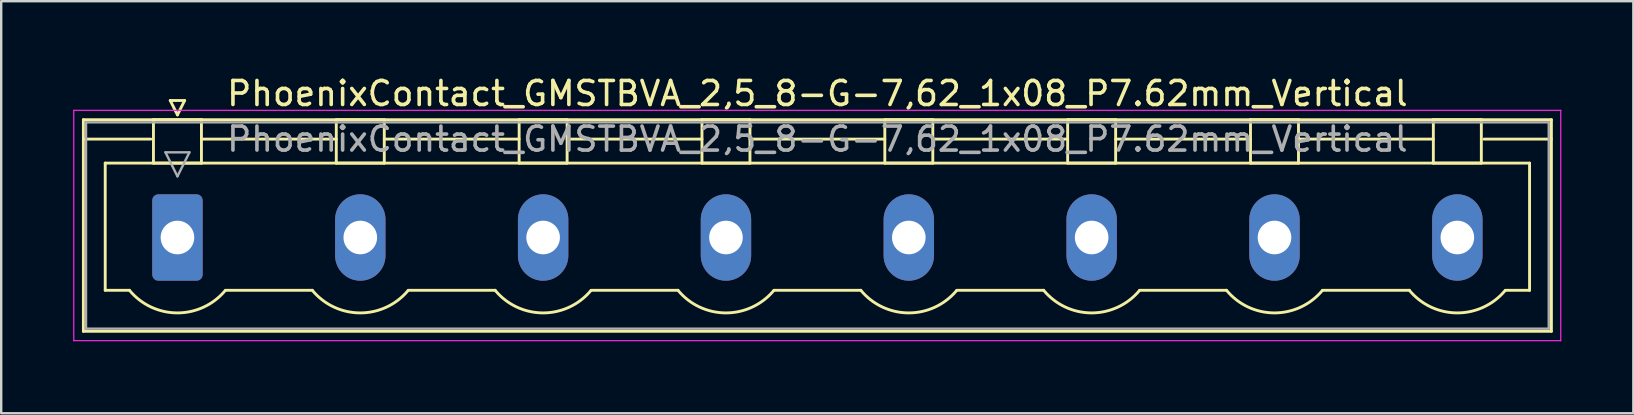
<source format=kicad_pcb>
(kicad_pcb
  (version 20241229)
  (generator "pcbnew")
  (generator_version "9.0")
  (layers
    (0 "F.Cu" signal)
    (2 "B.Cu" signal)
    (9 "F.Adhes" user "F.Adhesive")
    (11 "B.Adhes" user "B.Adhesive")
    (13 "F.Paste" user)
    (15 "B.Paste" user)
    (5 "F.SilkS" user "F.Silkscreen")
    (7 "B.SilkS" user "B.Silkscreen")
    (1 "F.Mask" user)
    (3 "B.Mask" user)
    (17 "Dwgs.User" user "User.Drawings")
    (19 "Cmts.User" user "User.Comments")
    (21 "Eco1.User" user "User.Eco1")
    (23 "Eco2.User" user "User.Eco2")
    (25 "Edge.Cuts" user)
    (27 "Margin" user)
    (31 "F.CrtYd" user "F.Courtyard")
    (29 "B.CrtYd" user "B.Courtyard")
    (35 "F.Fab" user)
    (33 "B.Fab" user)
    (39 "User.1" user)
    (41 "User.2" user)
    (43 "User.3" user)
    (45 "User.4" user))
  (footprint "PhoenixContact_GMSTBVA_2,5_8-G-7,62_1x08_P7.62mm_Vertical"
    (layer "F.Cu")
    (at 4.345 6.848)
    (property "Reference" "PhoenixContact_GMSTBVA_2,5_8-G-7,62_1x08_P7.62mm_Vertical" (at 26.67 -6 0) (layer "F.SilkS") (effects (font (size 1 1) (thickness 0.15))))
    (attr through_hole)
    (fp_line (start -3.92 -4.91) (end -3.92 3.91) (stroke (width 0.12) (type solid)) (layer "F.SilkS"))
    (fp_line (start -3.92 -4.1) (end -1.11 -4.1) (stroke (width 0.12) (type solid)) (layer "F.SilkS"))
    (fp_line (start -3.92 3.91) (end 57.26 3.91) (stroke (width 0.12) (type solid)) (layer "F.SilkS"))
    (fp_line (start -3.01 -3.1) (end 56.35 -3.1) (stroke (width 0.12) (type solid)) (layer "F.SilkS"))
    (fp_line (start -3.01 2.2) (end -3.01 -3.1) (stroke (width 0.12) (type solid)) (layer "F.SilkS"))
    (fp_line (start -2 2.2) (end -3.01 2.2) (stroke (width 0.12) (type solid)) (layer "F.SilkS"))
    (fp_line (start -1 -4.91) (end 1 -4.91) (stroke (width 0.12) (type solid)) (layer "F.SilkS"))
    (fp_line (start -1 -3.1) (end -1 -4.91) (stroke (width 0.12) (type solid)) (layer "F.SilkS"))
    (fp_line (start -0.3 -5.71) (end 0.3 -5.71) (stroke (width 0.12) (type solid)) (layer "F.SilkS"))
    (fp_line (start 0 -5.11) (end -0.3 -5.71) (stroke (width 0.12) (type solid)) (layer "F.SilkS"))
    (fp_line (start 0.3 -5.71) (end 0 -5.11) (stroke (width 0.12) (type solid)) (layer "F.SilkS"))
    (fp_line (start 1 -4.91) (end 1 -3.1) (stroke (width 0.12) (type solid)) (layer "F.SilkS"))
    (fp_line (start 1 -4.1) (end 6.62 -4.1) (stroke (width 0.12) (type solid)) (layer "F.SilkS"))
    (fp_line (start 1 -3.1) (end -1 -3.1) (stroke (width 0.12) (type solid)) (layer "F.SilkS"))
    (fp_line (start 2 2.2) (end 5.62 2.2) (stroke (width 0.12) (type solid)) (layer "F.SilkS"))
    (fp_line (start 6.62 -4.91) (end 8.62 -4.91) (stroke (width 0.12) (type solid)) (layer "F.SilkS"))
    (fp_line (start 6.62 -3.1) (end 6.62 -4.91) (stroke (width 0.12) (type solid)) (layer "F.SilkS"))
    (fp_line (start 8.62 -4.91) (end 8.62 -3.1) (stroke (width 0.12) (type solid)) (layer "F.SilkS"))
    (fp_line (start 8.62 -4.1) (end 14.24 -4.1) (stroke (width 0.12) (type solid)) (layer "F.SilkS"))
    (fp_line (start 8.62 -3.1) (end 6.62 -3.1) (stroke (width 0.12) (type solid)) (layer "F.SilkS"))
    (fp_line (start 9.62 2.2) (end 13.24 2.2) (stroke (width 0.12) (type solid)) (layer "F.SilkS"))
    (fp_line (start 14.24 -4.91) (end 16.24 -4.91) (stroke (width 0.12) (type solid)) (layer "F.SilkS"))
    (fp_line (start 14.24 -3.1) (end 14.24 -4.91) (stroke (width 0.12) (type solid)) (layer "F.SilkS"))
    (fp_line (start 16.24 -4.91) (end 16.24 -3.1) (stroke (width 0.12) (type solid)) (layer "F.SilkS"))
    (fp_line (start 16.24 -4.1) (end 21.86 -4.1) (stroke (width 0.12) (type solid)) (layer "F.SilkS"))
    (fp_line (start 16.24 -3.1) (end 14.24 -3.1) (stroke (width 0.12) (type solid)) (layer "F.SilkS"))
    (fp_line (start 17.24 2.2) (end 20.86 2.2) (stroke (width 0.12) (type solid)) (layer "F.SilkS"))
    (fp_line (start 21.86 -4.91) (end 23.86 -4.91) (stroke (width 0.12) (type solid)) (layer "F.SilkS"))
    (fp_line (start 21.86 -3.1) (end 21.86 -4.91) (stroke (width 0.12) (type solid)) (layer "F.SilkS"))
    (fp_line (start 23.86 -4.91) (end 23.86 -3.1) (stroke (width 0.12) (type solid)) (layer "F.SilkS"))
    (fp_line (start 23.86 -4.1) (end 29.48 -4.1) (stroke (width 0.12) (type solid)) (layer "F.SilkS"))
    (fp_line (start 23.86 -3.1) (end 21.86 -3.1) (stroke (width 0.12) (type solid)) (layer "F.SilkS"))
    (fp_line (start 24.86 2.2) (end 28.48 2.2) (stroke (width 0.12) (type solid)) (layer "F.SilkS"))
    (fp_line (start 29.48 -4.91) (end 31.48 -4.91) (stroke (width 0.12) (type solid)) (layer "F.SilkS"))
    (fp_line (start 29.48 -3.1) (end 29.48 -4.91) (stroke (width 0.12) (type solid)) (layer "F.SilkS"))
    (fp_line (start 31.48 -4.91) (end 31.48 -3.1) (stroke (width 0.12) (type solid)) (layer "F.SilkS"))
    (fp_line (start 31.48 -4.1) (end 37.1 -4.1) (stroke (width 0.12) (type solid)) (layer "F.SilkS"))
    (fp_line (start 31.48 -3.1) (end 29.48 -3.1) (stroke (width 0.12) (type solid)) (layer "F.SilkS"))
    (fp_line (start 32.48 2.2) (end 36.1 2.2) (stroke (width 0.12) (type solid)) (layer "F.SilkS"))
    (fp_line (start 37.1 -4.91) (end 39.1 -4.91) (stroke (width 0.12) (type solid)) (layer "F.SilkS"))
    (fp_line (start 37.1 -3.1) (end 37.1 -4.91) (stroke (width 0.12) (type solid)) (layer "F.SilkS"))
    (fp_line (start 39.1 -4.91) (end 39.1 -3.1) (stroke (width 0.12) (type solid)) (layer "F.SilkS"))
    (fp_line (start 39.1 -4.1) (end 44.72 -4.1) (stroke (width 0.12) (type solid)) (layer "F.SilkS"))
    (fp_line (start 39.1 -3.1) (end 37.1 -3.1) (stroke (width 0.12) (type solid)) (layer "F.SilkS"))
    (fp_line (start 40.1 2.2) (end 43.72 2.2) (stroke (width 0.12) (type solid)) (layer "F.SilkS"))
    (fp_line (start 44.72 -4.91) (end 46.72 -4.91) (stroke (width 0.12) (type solid)) (layer "F.SilkS"))
    (fp_line (start 44.72 -3.1) (end 44.72 -4.91) (stroke (width 0.12) (type solid)) (layer "F.SilkS"))
    (fp_line (start 46.72 -4.91) (end 46.72 -3.1) (stroke (width 0.12) (type solid)) (layer "F.SilkS"))
    (fp_line (start 46.72 -4.1) (end 52.34 -4.1) (stroke (width 0.12) (type solid)) (layer "F.SilkS"))
    (fp_line (start 46.72 -3.1) (end 44.72 -3.1) (stroke (width 0.12) (type solid)) (layer "F.SilkS"))
    (fp_line (start 47.72 2.2) (end 51.34 2.2) (stroke (width 0.12) (type solid)) (layer "F.SilkS"))
    (fp_line (start 52.34 -4.91) (end 54.34 -4.91) (stroke (width 0.12) (type solid)) (layer "F.SilkS"))
    (fp_line (start 52.34 -3.1) (end 52.34 -4.91) (stroke (width 0.12) (type solid)) (layer "F.SilkS"))
    (fp_line (start 54.34 -4.91) (end 54.34 -3.1) (stroke (width 0.12) (type solid)) (layer "F.SilkS"))
    (fp_line (start 54.34 -3.1) (end 52.34 -3.1) (stroke (width 0.12) (type solid)) (layer "F.SilkS"))
    (fp_line (start 56.35 -3.1) (end 56.35 2.2) (stroke (width 0.12) (type solid)) (layer "F.SilkS"))
    (fp_line (start 56.35 2.2) (end 55.34 2.2) (stroke (width 0.12) (type solid)) (layer "F.SilkS"))
    (fp_line (start 57.26 -4.91) (end -3.92 -4.91) (stroke (width 0.12) (type solid)) (layer "F.SilkS"))
    (fp_line (start 57.26 -4.1) (end 54.45 -4.1) (stroke (width 0.12) (type solid)) (layer "F.SilkS"))
    (fp_line (start 57.26 3.91) (end 57.26 -4.91) (stroke (width 0.12) (type solid)) (layer "F.SilkS"))
    (fp_arc (start 1.986842 2.215821) (mid -0.010289 3.142758) (end -2 2.2) (stroke (width 0.12) (type solid)) (layer "F.SilkS"))
    (fp_arc (start 9.606842 2.215821) (mid 7.609711 3.142758) (end 5.62 2.2) (stroke (width 0.12) (type solid)) (layer "F.SilkS"))
    (fp_arc (start 17.226842 2.215821) (mid 15.229711 3.142758) (end 13.24 2.2) (stroke (width 0.12) (type solid)) (layer "F.SilkS"))
    (fp_arc (start 24.846842 2.215821) (mid 22.849711 3.142758) (end 20.86 2.2) (stroke (width 0.12) (type solid)) (layer "F.SilkS"))
    (fp_arc (start 32.466842 2.215821) (mid 30.469711 3.142758) (end 28.48 2.2) (stroke (width 0.12) (type solid)) (layer "F.SilkS"))
    (fp_arc (start 40.086842 2.215821) (mid 38.089711 3.142758) (end 36.1 2.2) (stroke (width 0.12) (type solid)) (layer "F.SilkS"))
    (fp_arc (start 47.706842 2.215821) (mid 45.709711 3.142758) (end 43.72 2.2) (stroke (width 0.12) (type solid)) (layer "F.SilkS"))
    (fp_arc (start 55.326842 2.215821) (mid 53.329711 3.142758) (end 51.34 2.2) (stroke (width 0.12) (type solid)) (layer "F.SilkS"))
    (fp_line (start -4.32 -5.3) (end -4.32 4.3) (stroke (width 0.05) (type solid)) (layer "F.CrtYd"))
    (fp_line (start -4.32 4.3) (end 57.65 4.3) (stroke (width 0.05) (type solid)) (layer "F.CrtYd"))
    (fp_line (start 57.65 -5.3) (end -4.32 -5.3) (stroke (width 0.05) (type solid)) (layer "F.CrtYd"))
    (fp_line (start 57.65 4.3) (end 57.65 -5.3) (stroke (width 0.05) (type solid)) (layer "F.CrtYd"))
    (fp_line (start -3.81 -4.8) (end -3.81 3.8) (stroke (width 0.1) (type solid)) (layer "F.Fab"))
    (fp_line (start -3.81 3.8) (end 57.15 3.8) (stroke (width 0.1) (type solid)) (layer "F.Fab"))
    (fp_line (start -0.5 -3.55) (end 0.5 -3.55) (stroke (width 0.1) (type solid)) (layer "F.Fab"))
    (fp_line (start 0 -2.55) (end -0.5 -3.55) (stroke (width 0.1) (type solid)) (layer "F.Fab"))
    (fp_line (start 0.5 -3.55) (end 0 -2.55) (stroke (width 0.1) (type solid)) (layer "F.Fab"))
    (fp_line (start 57.15 -4.8) (end -3.81 -4.8) (stroke (width 0.1) (type solid)) (layer "F.Fab"))
    (fp_line (start 57.15 3.8) (end 57.15 -4.8) (stroke (width 0.1) (type solid)) (layer "F.Fab"))
    (fp_text user "${REFERENCE}" (at 26.67 -4.1 0) (layer "F.Fab") (effects (font (size 1 1) (thickness 0.15))))
    (pad "1" thru_hole roundrect (at 0 0) (size 2.1 3.6) (drill 1.4) (layers "*.Cu" "*.Mask") (roundrect_rratio 0.119))
    (pad "2" thru_hole oval (at 7.62 0) (size 2.1 3.6) (drill 1.4) (layers "*.Cu" "*.Mask"))
    (pad "3" thru_hole oval (at 15.24 0) (size 2.1 3.6) (drill 1.4) (layers "*.Cu" "*.Mask"))
    (pad "4" thru_hole oval (at 22.86 0) (size 2.1 3.6) (drill 1.4) (layers "*.Cu" "*.Mask"))
    (pad "5" thru_hole oval (at 30.48 0) (size 2.1 3.6) (drill 1.4) (layers "*.Cu" "*.Mask"))
    (pad "6" thru_hole oval (at 38.1 0) (size 2.1 3.6) (drill 1.4) (layers "*.Cu" "*.Mask"))
    (pad "7" thru_hole oval (at 45.72 0) (size 2.1 3.6) (drill 1.4) (layers "*.Cu" "*.Mask"))
    (pad "8" thru_hole oval (at 53.34 0) (size 2.1 3.6) (drill 1.4) (layers "*.Cu" "*.Mask")))
  (gr_rect
    (start -3 -3)
    (end 65.02 14.173)
    (stroke (width 0.1) (type default))
    (fill no)
    (layer "Edge.Cuts")))
</source>
